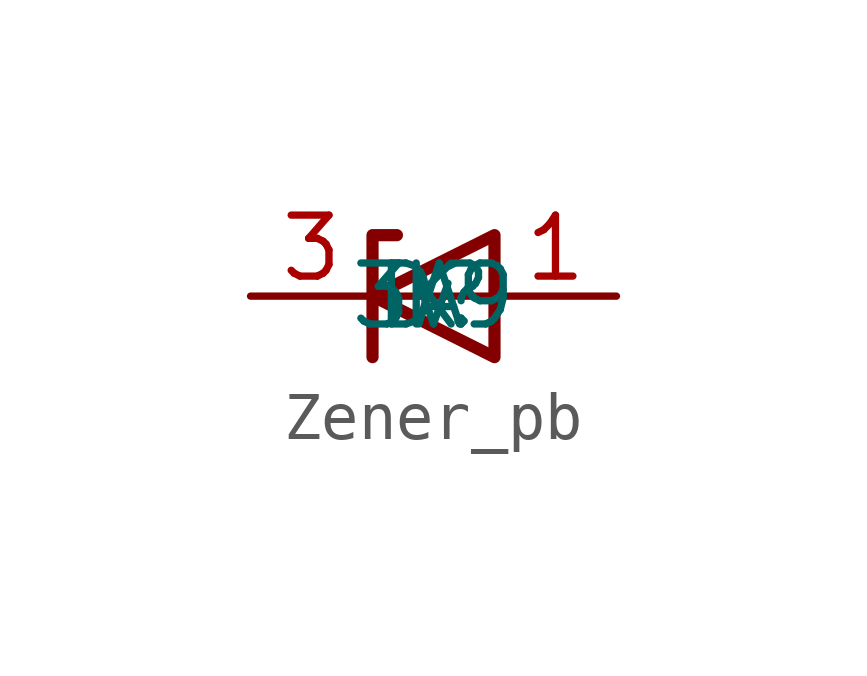
<source format=kicad_sym>
(kicad_symbol_lib
  (version 20231120)
  (generator "kicad_symbol_editor")
  (generator_version "8.0")
  (symbol "Zener_pb"
    (property "Reference" "D"
      (at 0 0 0)
      (effects (font (size 1.27 1.27))))
    (property "Value" "3v9"
      (at 0 0 0)
      (effects (font (size 1.27 1.27))))
    (symbol "Zener_pb_0_1"
      (polyline (pts (xy 1.27 0) (xy -1.27 0)) (stroke (width 0) (type default)) (fill (type none)))
      (polyline (pts (xy -1.27 -1.27) (xy -1.27 1.27) (xy -0.762 1.27)) (stroke (width 0.254) (type default)) (fill (type none)))
      (polyline (pts (xy 1.27 -1.27) (xy 1.27 1.27) (xy -1.27 0) (xy 1.27 -1.27)) (stroke (width 0.254) (type default)) (fill (type none))))
    (symbol "Zener_pb_1_1"
      (pin passive line (at 3.81 0 180) (length 2.54) (name "A" (effects (font (size 1.27 1.27)))) (number "1" (effects (font (size 1.27 1.27)))))
      (pin passive line (at -3.81 0 0) (length 2.54) (name "K" (effects (font (size 1.27 1.27)))) (number "3" (effects (font (size 1.27 1.27))))))))
</source>
